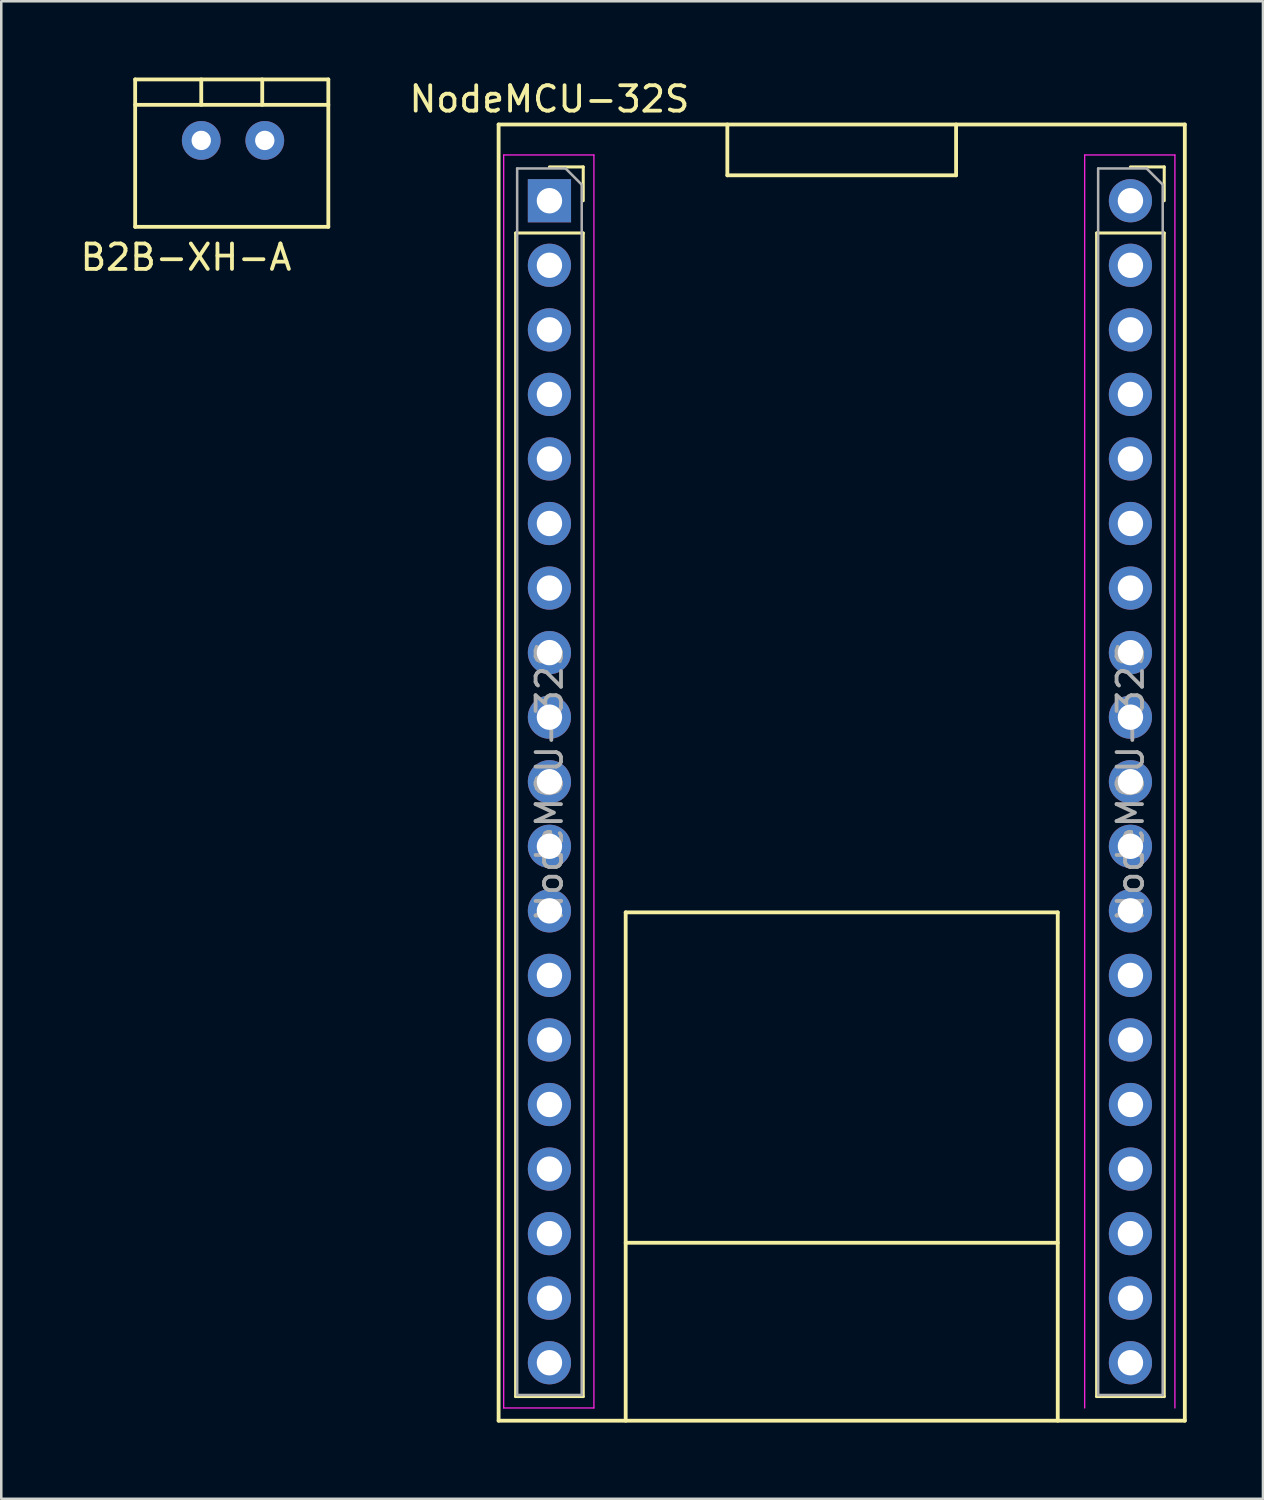
<source format=kicad_pcb>
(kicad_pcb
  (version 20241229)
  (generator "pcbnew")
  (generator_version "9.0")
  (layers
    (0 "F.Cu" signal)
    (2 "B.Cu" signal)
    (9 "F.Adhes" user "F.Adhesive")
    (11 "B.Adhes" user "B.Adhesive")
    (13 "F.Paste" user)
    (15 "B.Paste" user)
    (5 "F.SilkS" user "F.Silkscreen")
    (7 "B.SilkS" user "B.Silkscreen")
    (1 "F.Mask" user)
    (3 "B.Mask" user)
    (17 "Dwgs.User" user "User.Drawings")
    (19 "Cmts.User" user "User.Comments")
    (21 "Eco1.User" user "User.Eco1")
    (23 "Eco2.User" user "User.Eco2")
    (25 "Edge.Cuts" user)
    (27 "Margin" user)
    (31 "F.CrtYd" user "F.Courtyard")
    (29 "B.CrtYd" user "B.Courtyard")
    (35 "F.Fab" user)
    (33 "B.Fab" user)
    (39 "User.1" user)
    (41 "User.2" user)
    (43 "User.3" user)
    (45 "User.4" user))
  (footprint "NodeMCU-32S"
    (layer "F.Cu")
    (at 18.568 4.848)
    (property "Reference" "NodeMCU-32S" (at 0 -4 0) (layer "F.SilkS") (effects (font (size 1 1) (thickness 0.15))))
    (attr through_hole)
    (fp_line (start -2 -3) (end 25 -3) (stroke (width 0.15) (type solid)) (layer "F.SilkS"))
    (fp_line (start -2 48) (end -2 -3) (stroke (width 0.15) (type solid)) (layer "F.SilkS"))
    (fp_line (start -1.33 1.27) (end -1.33 47.05) (stroke (width 0.12) (type solid)) (layer "F.SilkS"))
    (fp_line (start -1.33 1.27) (end 1.33 1.27) (stroke (width 0.12) (type solid)) (layer "F.SilkS"))
    (fp_line (start -1.33 47.05) (end 1.33 47.05) (stroke (width 0.12) (type solid)) (layer "F.SilkS"))
    (fp_line (start 0 -1.33) (end 1.33 -1.33) (stroke (width 0.12) (type solid)) (layer "F.SilkS"))
    (fp_line (start 1.33 -1.33) (end 1.33 0) (stroke (width 0.12) (type solid)) (layer "F.SilkS"))
    (fp_line (start 1.33 1.27) (end 1.33 47.05) (stroke (width 0.12) (type solid)) (layer "F.SilkS"))
    (fp_line (start 3 28) (end 3 48) (stroke (width 0.15) (type solid)) (layer "F.SilkS"))
    (fp_line (start 3 28) (end 20 28) (stroke (width 0.15) (type solid)) (layer "F.SilkS"))
    (fp_line (start 3 41) (end 20 41) (stroke (width 0.15) (type solid)) (layer "F.SilkS"))
    (fp_line (start 7 -3) (end 7 -1) (stroke (width 0.15) (type solid)) (layer "F.SilkS"))
    (fp_line (start 7 -1) (end 16 -1) (stroke (width 0.15) (type solid)) (layer "F.SilkS"))
    (fp_line (start 16 -1) (end 16 -3) (stroke (width 0.15) (type solid)) (layer "F.SilkS"))
    (fp_line (start 20 28) (end 20 48) (stroke (width 0.15) (type solid)) (layer "F.SilkS"))
    (fp_line (start 21.53 1.27) (end 21.53 47.05) (stroke (width 0.12) (type solid)) (layer "F.SilkS"))
    (fp_line (start 21.53 1.27) (end 24.19 1.27) (stroke (width 0.12) (type solid)) (layer "F.SilkS"))
    (fp_line (start 21.53 47.05) (end 24.19 47.05) (stroke (width 0.12) (type solid)) (layer "F.SilkS"))
    (fp_line (start 22.86 -1.33) (end 24.19 -1.33) (stroke (width 0.12) (type solid)) (layer "F.SilkS"))
    (fp_line (start 24.19 -1.33) (end 24.19 0) (stroke (width 0.12) (type solid)) (layer "F.SilkS"))
    (fp_line (start 24.19 1.27) (end 24.19 47.05) (stroke (width 0.12) (type solid)) (layer "F.SilkS"))
    (fp_line (start 25 -3) (end 25 48) (stroke (width 0.15) (type solid)) (layer "F.SilkS"))
    (fp_line (start 25 48) (end -2 48) (stroke (width 0.15) (type solid)) (layer "F.SilkS"))
    (fp_line (start -1.8 -1.8) (end 1.75 -1.8) (stroke (width 0.05) (type solid)) (layer "F.CrtYd"))
    (fp_line (start -1.8 47.5) (end -1.8 -1.8) (stroke (width 0.05) (type solid)) (layer "F.CrtYd"))
    (fp_line (start 1.75 -1.8) (end 1.75 47.5) (stroke (width 0.05) (type solid)) (layer "F.CrtYd"))
    (fp_line (start 1.75 47.5) (end -1.8 47.5) (stroke (width 0.05) (type solid)) (layer "F.CrtYd"))
    (fp_line (start 21.06 -1.8) (end 24.61 -1.8) (stroke (width 0.05) (type solid)) (layer "F.CrtYd"))
    (fp_line (start 21.06 47.5) (end 21.06 -1.8) (stroke (width 0.05) (type solid)) (layer "F.CrtYd"))
    (fp_line (start 24.61 -1.8) (end 24.61 47.5) (stroke (width 0.05) (type solid)) (layer "F.CrtYd"))
    (fp_line (start -1.27 -1.27) (end 0.635 -1.27) (stroke (width 0.1) (type solid)) (layer "F.Fab"))
    (fp_line (start -1.27 46.99) (end -1.27 -1.27) (stroke (width 0.1) (type solid)) (layer "F.Fab"))
    (fp_line (start 0.635 -1.27) (end 1.27 -0.635) (stroke (width 0.1) (type solid)) (layer "F.Fab"))
    (fp_line (start 1.27 -0.635) (end 1.27 46.99) (stroke (width 0.1) (type solid)) (layer "F.Fab"))
    (fp_line (start 1.27 46.99) (end -1.27 46.99) (stroke (width 0.1) (type solid)) (layer "F.Fab"))
    (fp_line (start 21.59 -1.27) (end 23.495 -1.27) (stroke (width 0.1) (type solid)) (layer "F.Fab"))
    (fp_line (start 21.59 46.99) (end 21.59 -1.27) (stroke (width 0.1) (type solid)) (layer "F.Fab"))
    (fp_line (start 23.495 -1.27) (end 24.13 -0.635) (stroke (width 0.1) (type solid)) (layer "F.Fab"))
    (fp_line (start 24.13 -0.635) (end 24.13 46.99) (stroke (width 0.1) (type solid)) (layer "F.Fab"))
    (fp_line (start 24.13 46.99) (end 21.59 46.99) (stroke (width 0.1) (type solid)) (layer "F.Fab"))
    (fp_text user "${REFERENCE}" (at 22.86 22.86 90) (layer "F.Fab") (effects (font (size 1 1) (thickness 0.15))))
    (fp_text user "${REFERENCE}" (at 0 22.86 90) (layer "F.Fab") (effects (font (size 1 1) (thickness 0.15))))
    (pad "1" thru_hole rect (at 0 0) (size 1.7 1.7) (drill 1) (layers "*.Cu" "*.Mask"))
    (pad "2" thru_hole oval (at 0 2.54) (size 1.7 1.7) (drill 1) (layers "*.Cu" "*.Mask"))
    (pad "3" thru_hole oval (at 0 5.08) (size 1.7 1.7) (drill 1) (layers "*.Cu" "*.Mask"))
    (pad "4" thru_hole oval (at 0 7.62) (size 1.7 1.7) (drill 1) (layers "*.Cu" "*.Mask"))
    (pad "5" thru_hole oval (at 0 10.16) (size 1.7 1.7) (drill 1) (layers "*.Cu" "*.Mask"))
    (pad "6" thru_hole oval (at 0 12.7) (size 1.7 1.7) (drill 1) (layers "*.Cu" "*.Mask"))
    (pad "7" thru_hole oval (at 0 15.24) (size 1.7 1.7) (drill 1) (layers "*.Cu" "*.Mask"))
    (pad "8" thru_hole oval (at 0 17.78) (size 1.7 1.7) (drill 1) (layers "*.Cu" "*.Mask"))
    (pad "9" thru_hole oval (at 0 20.32) (size 1.7 1.7) (drill 1) (layers "*.Cu" "*.Mask"))
    (pad "10" thru_hole oval (at 0 22.86) (size 1.7 1.7) (drill 1) (layers "*.Cu" "*.Mask"))
    (pad "11" thru_hole oval (at 0 25.4) (size 1.7 1.7) (drill 1) (layers "*.Cu" "*.Mask"))
    (pad "12" thru_hole oval (at 0 27.94) (size 1.7 1.7) (drill 1) (layers "*.Cu" "*.Mask"))
    (pad "13" thru_hole oval (at 0 30.48) (size 1.7 1.7) (drill 1) (layers "*.Cu" "*.Mask"))
    (pad "14" thru_hole oval (at 0 33.02) (size 1.7 1.7) (drill 1) (layers "*.Cu" "*.Mask"))
    (pad "15" thru_hole oval (at 0 35.56) (size 1.7 1.7) (drill 1) (layers "*.Cu" "*.Mask"))
    (pad "16" thru_hole oval (at 0 38.1) (size 1.7 1.7) (drill 1) (layers "*.Cu" "*.Mask"))
    (pad "17" thru_hole oval (at 0 40.64) (size 1.7 1.7) (drill 1) (layers "*.Cu" "*.Mask"))
    (pad "18" thru_hole oval (at 0 43.18) (size 1.7 1.7) (drill 1) (layers "*.Cu" "*.Mask"))
    (pad "19" thru_hole oval (at 0 45.72) (size 1.7 1.7) (drill 1) (layers "*.Cu" "*.Mask"))
    (pad "20" thru_hole oval (at 22.86 45.72) (size 1.7 1.7) (drill 1) (layers "*.Cu" "*.Mask"))
    (pad "21" thru_hole oval (at 22.86 43.18) (size 1.7 1.7) (drill 1) (layers "*.Cu" "*.Mask"))
    (pad "22" thru_hole oval (at 22.86 40.64) (size 1.7 1.7) (drill 1) (layers "*.Cu" "*.Mask"))
    (pad "23" thru_hole oval (at 22.86 38.1) (size 1.7 1.7) (drill 1) (layers "*.Cu" "*.Mask"))
    (pad "24" thru_hole oval (at 22.86 35.56) (size 1.7 1.7) (drill 1) (layers "*.Cu" "*.Mask"))
    (pad "25" thru_hole oval (at 22.86 33.02) (size 1.7 1.7) (drill 1) (layers "*.Cu" "*.Mask"))
    (pad "26" thru_hole oval (at 22.86 30.48) (size 1.7 1.7) (drill 1) (layers "*.Cu" "*.Mask"))
    (pad "27" thru_hole oval (at 22.86 27.94) (size 1.7 1.7) (drill 1) (layers "*.Cu" "*.Mask"))
    (pad "28" thru_hole oval (at 22.86 25.4) (size 1.7 1.7) (drill 1) (layers "*.Cu" "*.Mask"))
    (pad "29" thru_hole oval (at 22.86 22.86) (size 1.7 1.7) (drill 1) (layers "*.Cu" "*.Mask"))
    (pad "30" thru_hole oval (at 22.86 20.32) (size 1.7 1.7) (drill 1) (layers "*.Cu" "*.Mask"))
    (pad "31" thru_hole oval (at 22.86 17.78) (size 1.7 1.7) (drill 1) (layers "*.Cu" "*.Mask"))
    (pad "32" thru_hole oval (at 22.86 15.24) (size 1.7 1.7) (drill 1) (layers "*.Cu" "*.Mask"))
    (pad "33" thru_hole oval (at 22.86 12.7) (size 1.7 1.7) (drill 1) (layers "*.Cu" "*.Mask"))
    (pad "34" thru_hole oval (at 22.86 10.16) (size 1.7 1.7) (drill 1) (layers "*.Cu" "*.Mask"))
    (pad "35" thru_hole oval (at 22.86 7.62) (size 1.7 1.7) (drill 1) (layers "*.Cu" "*.Mask"))
    (pad "36" thru_hole oval (at 22.86 5.08) (size 1.7 1.7) (drill 1) (layers "*.Cu" "*.Mask"))
    (pad "37" thru_hole oval (at 22.86 2.54) (size 1.7 1.7) (drill 1) (layers "*.Cu" "*.Mask"))
    (pad "38" thru_hole circle (at 22.86 0) (size 1.7 1.7) (drill 1) (layers "*.Cu" "*.Mask")))
  (footprint "B2B-XH-A"
    (layer "F.Cu")
    (at 4.868 2.475)
    (property "Reference" "B2B-XH-A" (at -0.6 4.6 0) (layer "F.SilkS") (effects (font (size 1 1) (thickness 0.15))))
    (attr through_hole)
    (fp_line (start -2.6 -2.4) (end -2.6 3.4) (stroke (width 0.15) (type solid)) (layer "F.SilkS"))
    (fp_line (start -2.6 -1.4) (end 5 -1.4) (stroke (width 0.15) (type solid)) (layer "F.SilkS"))
    (fp_line (start -2.6 3.4) (end 5 3.4) (stroke (width 0.15) (type solid)) (layer "F.SilkS"))
    (fp_line (start 0 -2.4) (end 0 -1.4) (stroke (width 0.15) (type solid)) (layer "F.SilkS"))
    (fp_line (start 2.4 -2.4) (end 2.4 -1.4) (stroke (width 0.15) (type solid)) (layer "F.SilkS"))
    (fp_line (start 5 -2.4) (end -2.6 -2.4) (stroke (width 0.15) (type solid)) (layer "F.SilkS"))
    (fp_line (start 5 3.4) (end 5 -2.4) (stroke (width 0.15) (type solid)) (layer "F.SilkS"))
    (pad "1" thru_hole circle (at 0 0) (size 1.524 1.524) (drill 0.762) (layers "*.Cu" "*.Mask"))
    (pad "2" thru_hole circle (at 2.5 0) (size 1.524 1.524) (drill 0.762) (layers "*.Cu" "*.Mask")))
  (gr_rect
    (start -3 -3)
    (end 46.643 55.923)
    (stroke (width 0.1) (type default))
    (fill no)
    (layer "Edge.Cuts")))
</source>
